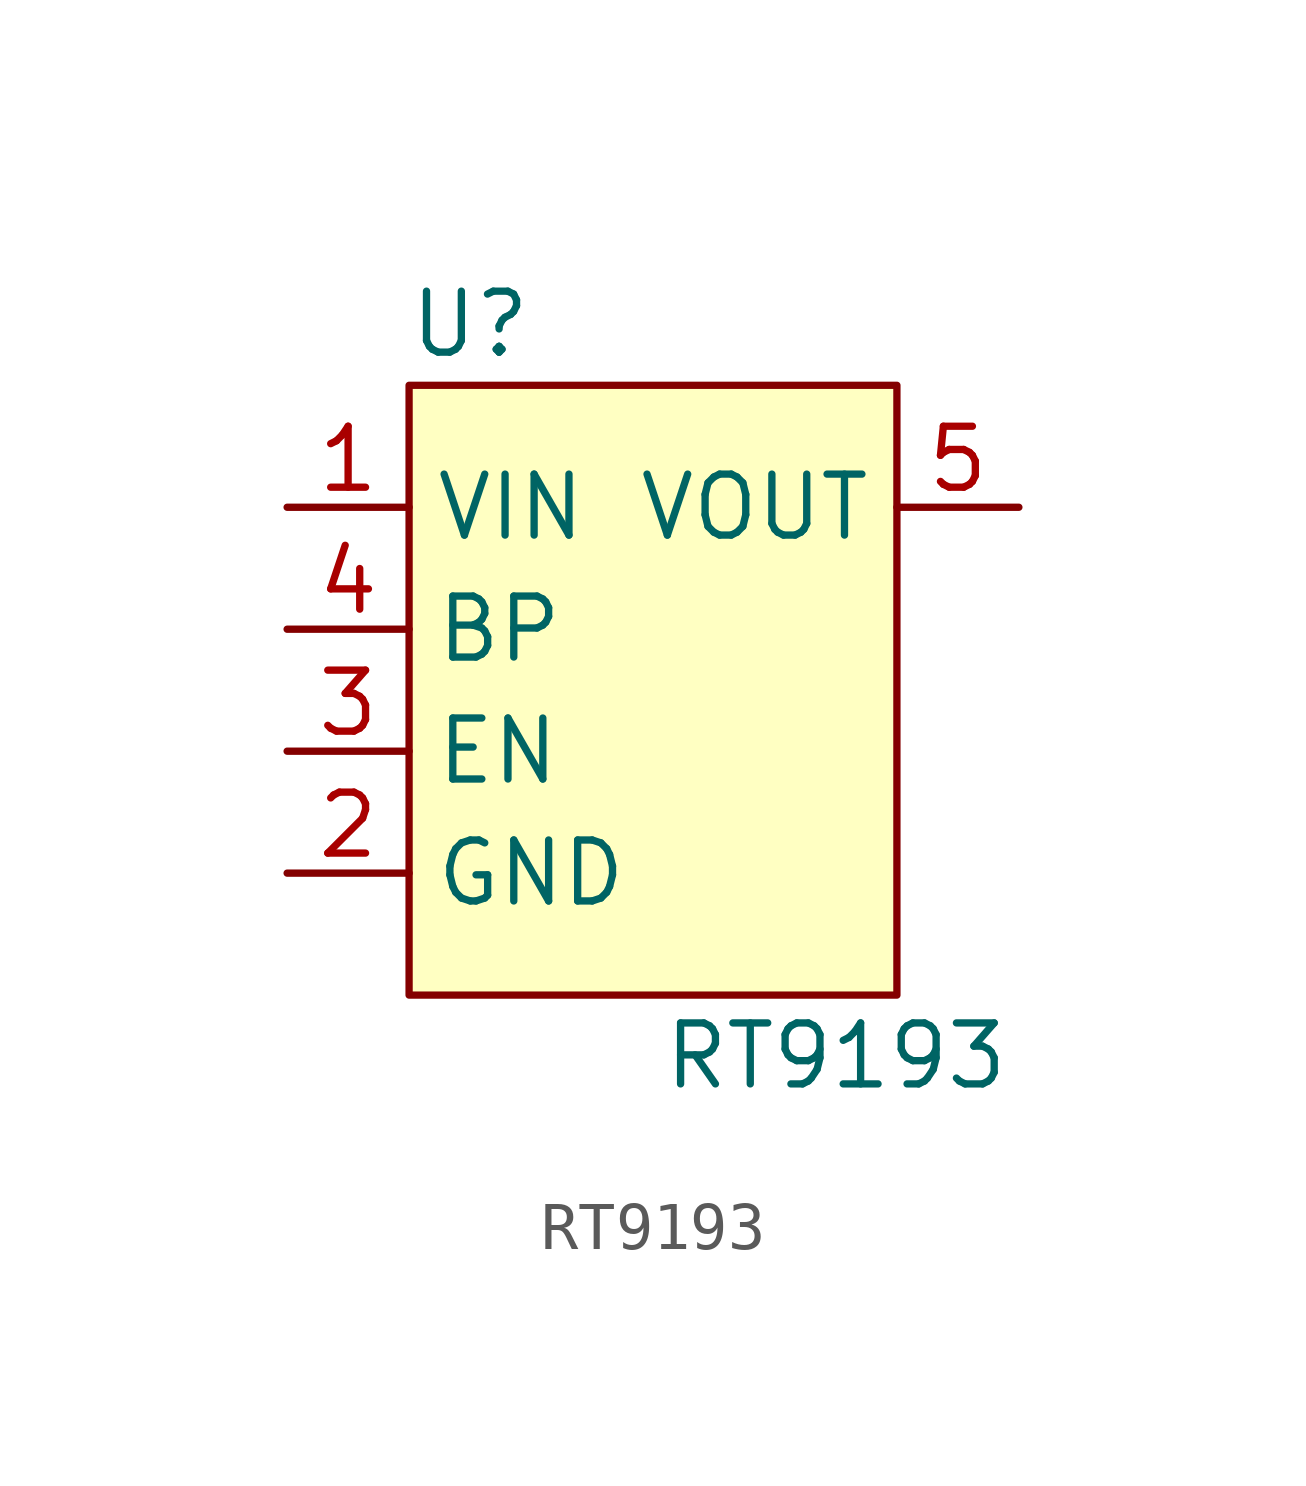
<source format=kicad_sym>
(kicad_symbol_lib
  (version 20211014)
  (generator kicad_symbol_editor)
  (symbol "RT9193"
    (property "Reference" "U"
      (at -3.81 7.62 0)
      (effects (font (size 1.27 1.27))))
    (property "Value" "RT9193"
      (at 3.81 -7.62 0)
      (effects (font (size 1.27 1.27))))
    (symbol "RT9193_0_1"
      (rectangle (start -5.08 6.35) (end 5.08 -6.35) (stroke (width 0.152) (type default) (color 0 0 0 0)) (fill (type background))))
    (symbol "RT9193_1_1"
      (pin power_in line (at -7.62 3.81 0) (length 2.54) (name "VIN" (effects (font (size 1.27 1.27)))) (number "1" (effects (font (size 1.27 1.27)))))
      (pin passive line (at -7.62 -3.81 0) (length 2.54) (name "GND" (effects (font (size 1.27 1.27)))) (number "2" (effects (font (size 1.27 1.27)))))
      (pin bidirectional line (at -7.62 -1.27 0) (length 2.54) (name "EN" (effects (font (size 1.27 1.27)))) (number "3" (effects (font (size 1.27 1.27)))))
      (pin bidirectional line (at -7.62 1.27 0) (length 2.54) (name "BP" (effects (font (size 1.27 1.27)))) (number "4" (effects (font (size 1.27 1.27)))))
      (pin power_out line (at 7.62 3.81 180) (length 2.54) (name "VOUT" (effects (font (size 1.27 1.27)))) (number "5" (effects (font (size 1.27 1.27))))))))
</source>
